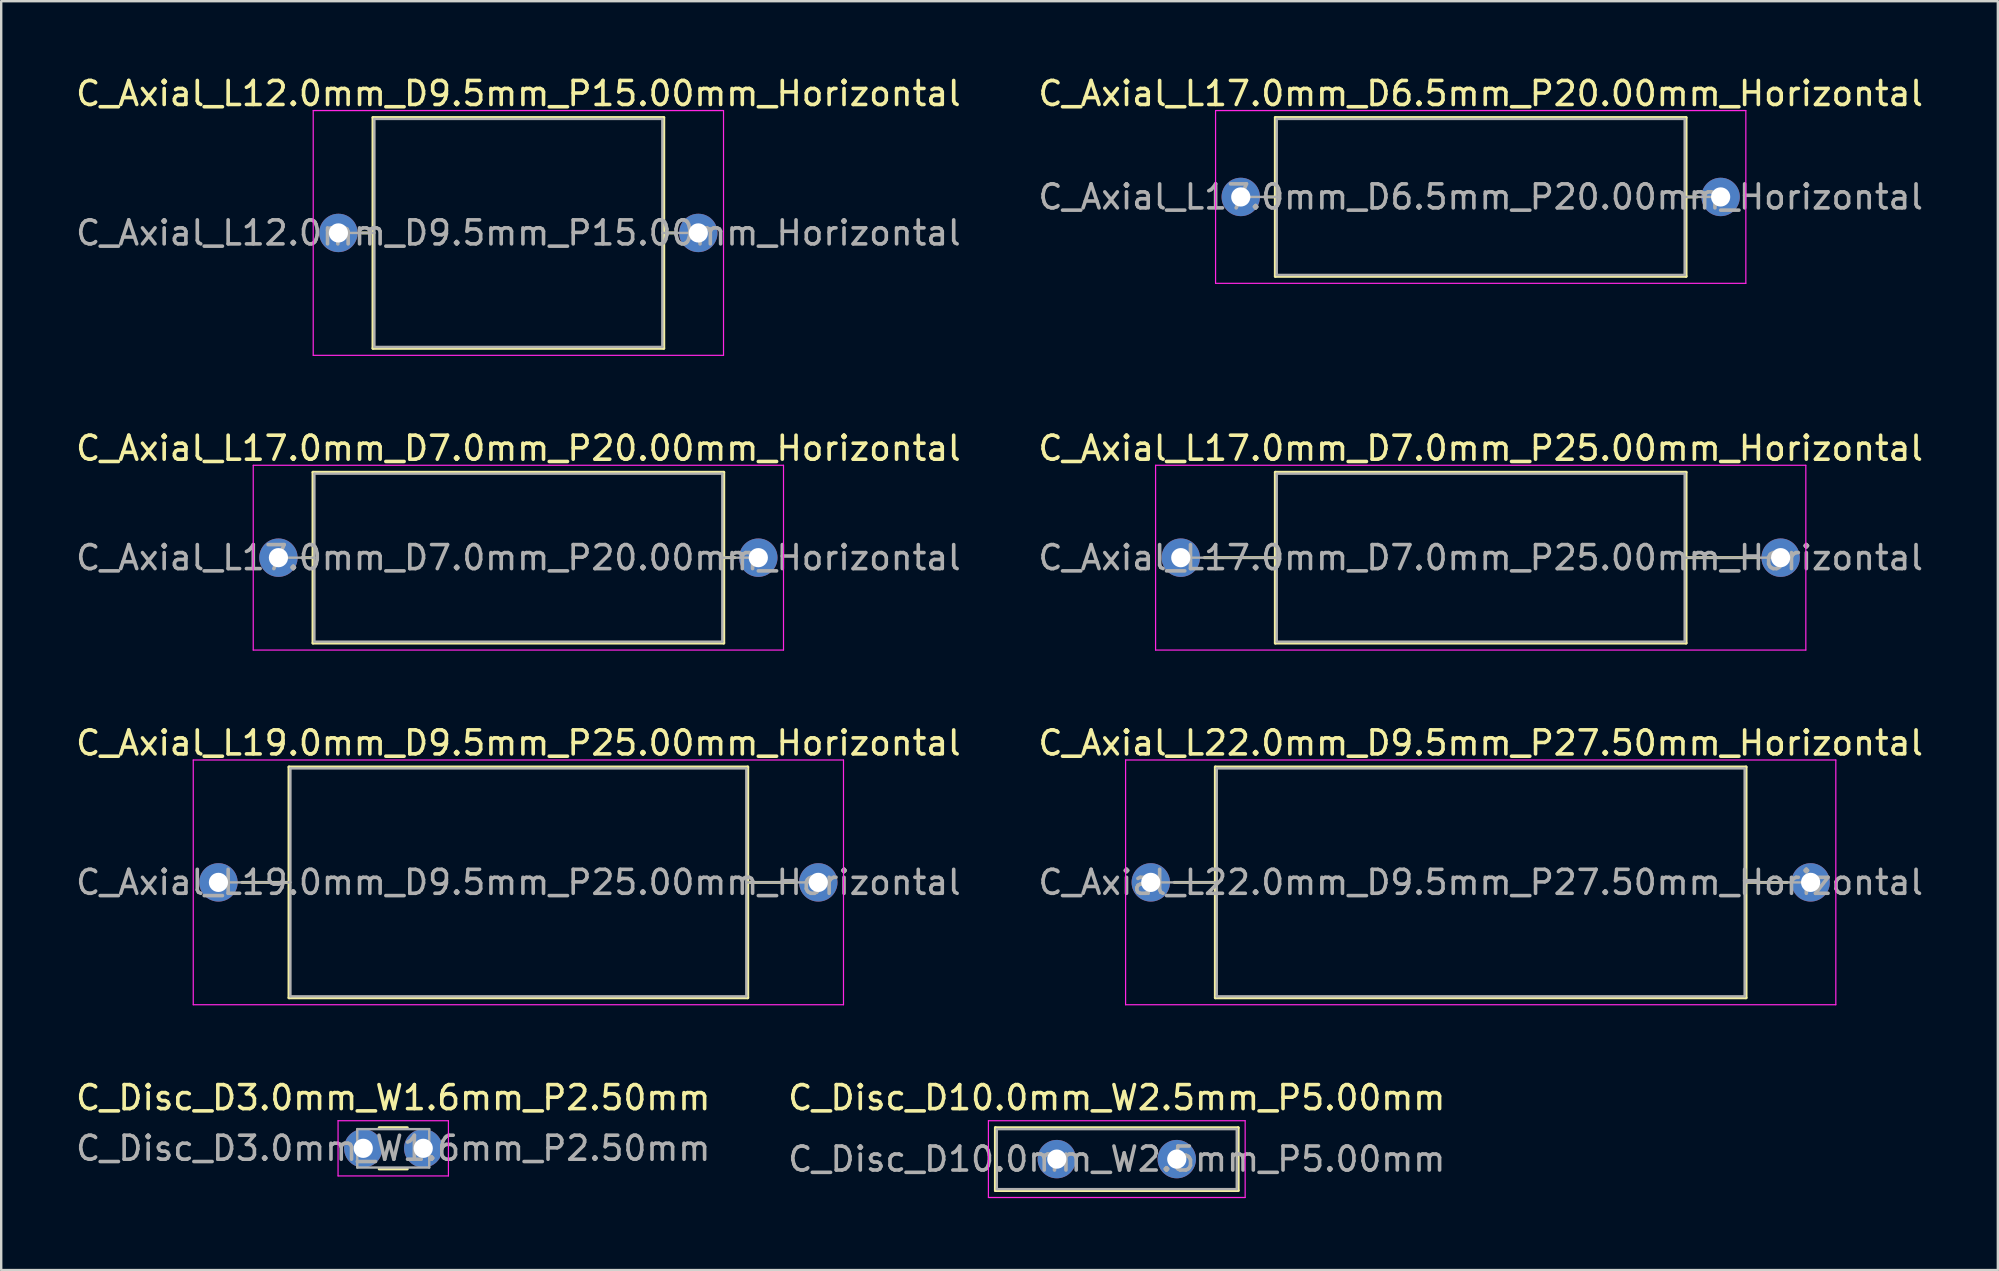
<source format=kicad_pcb>
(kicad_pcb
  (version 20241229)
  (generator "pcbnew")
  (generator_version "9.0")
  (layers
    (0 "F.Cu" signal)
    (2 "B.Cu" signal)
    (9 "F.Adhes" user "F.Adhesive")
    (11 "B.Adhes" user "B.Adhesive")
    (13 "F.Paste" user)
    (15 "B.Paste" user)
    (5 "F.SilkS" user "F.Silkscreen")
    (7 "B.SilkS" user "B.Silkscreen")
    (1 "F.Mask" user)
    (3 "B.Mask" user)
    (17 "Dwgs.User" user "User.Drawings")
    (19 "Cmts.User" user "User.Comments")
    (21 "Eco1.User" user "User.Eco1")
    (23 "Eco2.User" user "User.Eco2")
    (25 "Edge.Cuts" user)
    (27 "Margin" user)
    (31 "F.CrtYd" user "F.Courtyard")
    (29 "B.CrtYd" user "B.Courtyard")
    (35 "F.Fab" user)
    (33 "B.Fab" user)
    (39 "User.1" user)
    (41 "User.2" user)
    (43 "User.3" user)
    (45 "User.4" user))
  (footprint "C_Axial_L17.0mm_D6.5mm_P20.00mm_Horizontal"
    (layer "F.Cu")
    (at 48.661 5.158)
    (property "Reference" "C_Axial_L17.0mm_D6.5mm_P20.00mm_Horizontal" (at 10 -4.31 0) (layer "F.SilkS") (effects (font (size 1 1) (thickness 0.15))))
    (attr through_hole)
    (fp_line (start 0.98 0) (end 1.44 0) (stroke (width 0.12) (type solid)) (layer "F.SilkS"))
    (fp_line (start 1.44 -3.31) (end 1.44 3.31) (stroke (width 0.12) (type solid)) (layer "F.SilkS"))
    (fp_line (start 1.44 3.31) (end 18.56 3.31) (stroke (width 0.12) (type solid)) (layer "F.SilkS"))
    (fp_line (start 18.56 -3.31) (end 1.44 -3.31) (stroke (width 0.12) (type solid)) (layer "F.SilkS"))
    (fp_line (start 18.56 3.31) (end 18.56 -3.31) (stroke (width 0.12) (type solid)) (layer "F.SilkS"))
    (fp_line (start 19.02 0) (end 18.56 0) (stroke (width 0.12) (type solid)) (layer "F.SilkS"))
    (fp_line (start -1.05 -3.6) (end -1.05 3.6) (stroke (width 0.05) (type solid)) (layer "F.CrtYd"))
    (fp_line (start -1.05 3.6) (end 21.05 3.6) (stroke (width 0.05) (type solid)) (layer "F.CrtYd"))
    (fp_line (start 21.05 -3.6) (end -1.05 -3.6) (stroke (width 0.05) (type solid)) (layer "F.CrtYd"))
    (fp_line (start 21.05 3.6) (end 21.05 -3.6) (stroke (width 0.05) (type solid)) (layer "F.CrtYd"))
    (fp_line (start 0 0) (end 1.5 0) (stroke (width 0.1) (type solid)) (layer "F.Fab"))
    (fp_line (start 1.5 -3.25) (end 1.5 3.25) (stroke (width 0.1) (type solid)) (layer "F.Fab"))
    (fp_line (start 1.5 3.25) (end 18.5 3.25) (stroke (width 0.1) (type solid)) (layer "F.Fab"))
    (fp_line (start 18.5 -3.25) (end 1.5 -3.25) (stroke (width 0.1) (type solid)) (layer "F.Fab"))
    (fp_line (start 18.5 3.25) (end 18.5 -3.25) (stroke (width 0.1) (type solid)) (layer "F.Fab"))
    (fp_line (start 20 0) (end 18.5 0) (stroke (width 0.1) (type solid)) (layer "F.Fab"))
    (fp_text user "${REFERENCE}" (at 10 0 0) (layer "F.Fab") (effects (font (size 1 1) (thickness 0.15))))
    (pad "1" thru_hole circle (at 0 0) (size 1.6 1.6) (drill 0.8) (layers "*.Cu" "*.Mask"))
    (pad "2" thru_hole oval (at 20 0) (size 1.6 1.6) (drill 0.8) (layers "*.Cu" "*.Mask")))
  (footprint "C_Axial_L19.0mm_D9.5mm_P25.00mm_Horizontal"
    (layer "F.Cu")
    (at 6.054 33.725)
    (property "Reference" "C_Axial_L19.0mm_D9.5mm_P25.00mm_Horizontal" (at 12.5 -5.81 0) (layer "F.SilkS") (effects (font (size 1 1) (thickness 0.15))))
    (attr through_hole)
    (fp_line (start 0.98 0) (end 2.94 0) (stroke (width 0.12) (type solid)) (layer "F.SilkS"))
    (fp_line (start 2.94 -4.81) (end 2.94 4.81) (stroke (width 0.12) (type solid)) (layer "F.SilkS"))
    (fp_line (start 2.94 4.81) (end 22.06 4.81) (stroke (width 0.12) (type solid)) (layer "F.SilkS"))
    (fp_line (start 22.06 -4.81) (end 2.94 -4.81) (stroke (width 0.12) (type solid)) (layer "F.SilkS"))
    (fp_line (start 22.06 4.81) (end 22.06 -4.81) (stroke (width 0.12) (type solid)) (layer "F.SilkS"))
    (fp_line (start 24.02 0) (end 22.06 0) (stroke (width 0.12) (type solid)) (layer "F.SilkS"))
    (fp_line (start -1.05 -5.1) (end -1.05 5.1) (stroke (width 0.05) (type solid)) (layer "F.CrtYd"))
    (fp_line (start -1.05 5.1) (end 26.05 5.1) (stroke (width 0.05) (type solid)) (layer "F.CrtYd"))
    (fp_line (start 26.05 -5.1) (end -1.05 -5.1) (stroke (width 0.05) (type solid)) (layer "F.CrtYd"))
    (fp_line (start 26.05 5.1) (end 26.05 -5.1) (stroke (width 0.05) (type solid)) (layer "F.CrtYd"))
    (fp_line (start 0 0) (end 3 0) (stroke (width 0.1) (type solid)) (layer "F.Fab"))
    (fp_line (start 3 -4.75) (end 3 4.75) (stroke (width 0.1) (type solid)) (layer "F.Fab"))
    (fp_line (start 3 4.75) (end 22 4.75) (stroke (width 0.1) (type solid)) (layer "F.Fab"))
    (fp_line (start 22 -4.75) (end 3 -4.75) (stroke (width 0.1) (type solid)) (layer "F.Fab"))
    (fp_line (start 22 4.75) (end 22 -4.75) (stroke (width 0.1) (type solid)) (layer "F.Fab"))
    (fp_line (start 25 0) (end 22 0) (stroke (width 0.1) (type solid)) (layer "F.Fab"))
    (fp_text user "${REFERENCE}" (at 12.5 0 0) (layer "F.Fab") (effects (font (size 1 1) (thickness 0.15))))
    (pad "1" thru_hole circle (at 0 0) (size 1.6 1.6) (drill 0.8) (layers "*.Cu" "*.Mask"))
    (pad "2" thru_hole oval (at 25 0) (size 1.6 1.6) (drill 0.8) (layers "*.Cu" "*.Mask")))
  (footprint "C_Disc_D3.0mm_W1.6mm_P2.50mm"
    (layer "F.Cu")
    (at 12.089 44.808)
    (property "Reference" "C_Disc_D3.0mm_W1.6mm_P2.50mm" (at 1.25 -2.11 0) (layer "F.SilkS") (effects (font (size 1 1) (thickness 0.15))))
    (attr through_hole)
    (fp_line (start 0.663 -0.861) (end 1.837 -0.861) (stroke (width 0.12) (type solid)) (layer "F.SilkS"))
    (fp_line (start 0.663 0.861) (end 1.837 0.861) (stroke (width 0.12) (type solid)) (layer "F.SilkS"))
    (fp_line (start -1.05 -1.15) (end -1.05 1.15) (stroke (width 0.05) (type solid)) (layer "F.CrtYd"))
    (fp_line (start -1.05 1.15) (end 3.55 1.15) (stroke (width 0.05) (type solid)) (layer "F.CrtYd"))
    (fp_line (start 3.55 -1.15) (end -1.05 -1.15) (stroke (width 0.05) (type solid)) (layer "F.CrtYd"))
    (fp_line (start 3.55 1.15) (end 3.55 -1.15) (stroke (width 0.05) (type solid)) (layer "F.CrtYd"))
    (fp_line (start -0.25 -0.8) (end -0.25 0.8) (stroke (width 0.1) (type solid)) (layer "F.Fab"))
    (fp_line (start -0.25 0.8) (end 2.75 0.8) (stroke (width 0.1) (type solid)) (layer "F.Fab"))
    (fp_line (start 2.75 -0.8) (end -0.25 -0.8) (stroke (width 0.1) (type solid)) (layer "F.Fab"))
    (fp_line (start 2.75 0.8) (end 2.75 -0.8) (stroke (width 0.1) (type solid)) (layer "F.Fab"))
    (fp_text user "${REFERENCE}" (at 1.25 0 0) (layer "F.Fab") (effects (font (size 1 1) (thickness 0.15))))
    (pad "1" thru_hole circle (at 0 0) (size 1.6 1.6) (drill 0.8) (layers "*.Cu" "*.Mask"))
    (pad "2" thru_hole circle (at 2.5 0) (size 1.6 1.6) (drill 0.8) (layers "*.Cu" "*.Mask")))
  (footprint "C_Axial_L17.0mm_D7.0mm_P25.00mm_Horizontal"
    (layer "F.Cu")
    (at 46.161 20.192)
    (property "Reference" "C_Axial_L17.0mm_D7.0mm_P25.00mm_Horizontal" (at 12.5 -4.56 0) (layer "F.SilkS") (effects (font (size 1 1) (thickness 0.15))))
    (attr through_hole)
    (fp_line (start 0.98 0) (end 3.94 0) (stroke (width 0.12) (type solid)) (layer "F.SilkS"))
    (fp_line (start 3.94 -3.56) (end 3.94 3.56) (stroke (width 0.12) (type solid)) (layer "F.SilkS"))
    (fp_line (start 3.94 3.56) (end 21.06 3.56) (stroke (width 0.12) (type solid)) (layer "F.SilkS"))
    (fp_line (start 21.06 -3.56) (end 3.94 -3.56) (stroke (width 0.12) (type solid)) (layer "F.SilkS"))
    (fp_line (start 21.06 3.56) (end 21.06 -3.56) (stroke (width 0.12) (type solid)) (layer "F.SilkS"))
    (fp_line (start 24.02 0) (end 21.06 0) (stroke (width 0.12) (type solid)) (layer "F.SilkS"))
    (fp_line (start -1.05 -3.85) (end -1.05 3.85) (stroke (width 0.05) (type solid)) (layer "F.CrtYd"))
    (fp_line (start -1.05 3.85) (end 26.05 3.85) (stroke (width 0.05) (type solid)) (layer "F.CrtYd"))
    (fp_line (start 26.05 -3.85) (end -1.05 -3.85) (stroke (width 0.05) (type solid)) (layer "F.CrtYd"))
    (fp_line (start 26.05 3.85) (end 26.05 -3.85) (stroke (width 0.05) (type solid)) (layer "F.CrtYd"))
    (fp_line (start 0 0) (end 4 0) (stroke (width 0.1) (type solid)) (layer "F.Fab"))
    (fp_line (start 4 -3.5) (end 4 3.5) (stroke (width 0.1) (type solid)) (layer "F.Fab"))
    (fp_line (start 4 3.5) (end 21 3.5) (stroke (width 0.1) (type solid)) (layer "F.Fab"))
    (fp_line (start 21 -3.5) (end 4 -3.5) (stroke (width 0.1) (type solid)) (layer "F.Fab"))
    (fp_line (start 21 3.5) (end 21 -3.5) (stroke (width 0.1) (type solid)) (layer "F.Fab"))
    (fp_line (start 25 0) (end 21 0) (stroke (width 0.1) (type solid)) (layer "F.Fab"))
    (fp_text user "${REFERENCE}" (at 12.5 0 0) (layer "F.Fab") (effects (font (size 1 1) (thickness 0.15))))
    (pad "1" thru_hole circle (at 0 0) (size 1.6 1.6) (drill 0.8) (layers "*.Cu" "*.Mask"))
    (pad "2" thru_hole oval (at 25 0) (size 1.6 1.6) (drill 0.8) (layers "*.Cu" "*.Mask")))
  (footprint "C_Axial_L17.0mm_D7.0mm_P20.00mm_Horizontal"
    (layer "F.Cu")
    (at 8.554 20.192)
    (property "Reference" "C_Axial_L17.0mm_D7.0mm_P20.00mm_Horizontal" (at 10 -4.56 0) (layer "F.SilkS") (effects (font (size 1 1) (thickness 0.15))))
    (attr through_hole)
    (fp_line (start 0.98 0) (end 1.44 0) (stroke (width 0.12) (type solid)) (layer "F.SilkS"))
    (fp_line (start 1.44 -3.56) (end 1.44 3.56) (stroke (width 0.12) (type solid)) (layer "F.SilkS"))
    (fp_line (start 1.44 3.56) (end 18.56 3.56) (stroke (width 0.12) (type solid)) (layer "F.SilkS"))
    (fp_line (start 18.56 -3.56) (end 1.44 -3.56) (stroke (width 0.12) (type solid)) (layer "F.SilkS"))
    (fp_line (start 18.56 3.56) (end 18.56 -3.56) (stroke (width 0.12) (type solid)) (layer "F.SilkS"))
    (fp_line (start 19.02 0) (end 18.56 0) (stroke (width 0.12) (type solid)) (layer "F.SilkS"))
    (fp_line (start -1.05 -3.85) (end -1.05 3.85) (stroke (width 0.05) (type solid)) (layer "F.CrtYd"))
    (fp_line (start -1.05 3.85) (end 21.05 3.85) (stroke (width 0.05) (type solid)) (layer "F.CrtYd"))
    (fp_line (start 21.05 -3.85) (end -1.05 -3.85) (stroke (width 0.05) (type solid)) (layer "F.CrtYd"))
    (fp_line (start 21.05 3.85) (end 21.05 -3.85) (stroke (width 0.05) (type solid)) (layer "F.CrtYd"))
    (fp_line (start 0 0) (end 1.5 0) (stroke (width 0.1) (type solid)) (layer "F.Fab"))
    (fp_line (start 1.5 -3.5) (end 1.5 3.5) (stroke (width 0.1) (type solid)) (layer "F.Fab"))
    (fp_line (start 1.5 3.5) (end 18.5 3.5) (stroke (width 0.1) (type solid)) (layer "F.Fab"))
    (fp_line (start 18.5 -3.5) (end 1.5 -3.5) (stroke (width 0.1) (type solid)) (layer "F.Fab"))
    (fp_line (start 18.5 3.5) (end 18.5 -3.5) (stroke (width 0.1) (type solid)) (layer "F.Fab"))
    (fp_line (start 20 0) (end 18.5 0) (stroke (width 0.1) (type solid)) (layer "F.Fab"))
    (fp_text user "${REFERENCE}" (at 10 0 0) (layer "F.Fab") (effects (font (size 1 1) (thickness 0.15))))
    (pad "1" thru_hole circle (at 0 0) (size 1.6 1.6) (drill 0.8) (layers "*.Cu" "*.Mask"))
    (pad "2" thru_hole oval (at 20 0) (size 1.6 1.6) (drill 0.8) (layers "*.Cu" "*.Mask")))
  (footprint "C_Axial_L22.0mm_D9.5mm_P27.50mm_Horizontal"
    (layer "F.Cu")
    (at 44.911 33.725)
    (property "Reference" "C_Axial_L22.0mm_D9.5mm_P27.50mm_Horizontal" (at 13.75 -5.81 0) (layer "F.SilkS") (effects (font (size 1 1) (thickness 0.15))))
    (attr through_hole)
    (fp_line (start 0.98 0) (end 2.69 0) (stroke (width 0.12) (type solid)) (layer "F.SilkS"))
    (fp_line (start 2.69 -4.81) (end 2.69 4.81) (stroke (width 0.12) (type solid)) (layer "F.SilkS"))
    (fp_line (start 2.69 4.81) (end 24.81 4.81) (stroke (width 0.12) (type solid)) (layer "F.SilkS"))
    (fp_line (start 24.81 -4.81) (end 2.69 -4.81) (stroke (width 0.12) (type solid)) (layer "F.SilkS"))
    (fp_line (start 24.81 4.81) (end 24.81 -4.81) (stroke (width 0.12) (type solid)) (layer "F.SilkS"))
    (fp_line (start 26.52 0) (end 24.81 0) (stroke (width 0.12) (type solid)) (layer "F.SilkS"))
    (fp_line (start -1.05 -5.1) (end -1.05 5.1) (stroke (width 0.05) (type solid)) (layer "F.CrtYd"))
    (fp_line (start -1.05 5.1) (end 28.55 5.1) (stroke (width 0.05) (type solid)) (layer "F.CrtYd"))
    (fp_line (start 28.55 -5.1) (end -1.05 -5.1) (stroke (width 0.05) (type solid)) (layer "F.CrtYd"))
    (fp_line (start 28.55 5.1) (end 28.55 -5.1) (stroke (width 0.05) (type solid)) (layer "F.CrtYd"))
    (fp_line (start 0 0) (end 2.75 0) (stroke (width 0.1) (type solid)) (layer "F.Fab"))
    (fp_line (start 2.75 -4.75) (end 2.75 4.75) (stroke (width 0.1) (type solid)) (layer "F.Fab"))
    (fp_line (start 2.75 4.75) (end 24.75 4.75) (stroke (width 0.1) (type solid)) (layer "F.Fab"))
    (fp_line (start 24.75 -4.75) (end 2.75 -4.75) (stroke (width 0.1) (type solid)) (layer "F.Fab"))
    (fp_line (start 24.75 4.75) (end 24.75 -4.75) (stroke (width 0.1) (type solid)) (layer "F.Fab"))
    (fp_line (start 27.5 0) (end 24.75 0) (stroke (width 0.1) (type solid)) (layer "F.Fab"))
    (fp_text user "${REFERENCE}" (at 13.75 0 0) (layer "F.Fab") (effects (font (size 1 1) (thickness 0.15))))
    (pad "1" thru_hole circle (at 0 0) (size 1.6 1.6) (drill 0.8) (layers "*.Cu" "*.Mask"))
    (pad "2" thru_hole oval (at 27.5 0) (size 1.6 1.6) (drill 0.8) (layers "*.Cu" "*.Mask")))
  (footprint "C_Axial_L12.0mm_D9.5mm_P15.00mm_Horizontal"
    (layer "F.Cu")
    (at 11.054 6.658)
    (property "Reference" "C_Axial_L12.0mm_D9.5mm_P15.00mm_Horizontal" (at 7.5 -5.81 0) (layer "F.SilkS") (effects (font (size 1 1) (thickness 0.15))))
    (attr through_hole)
    (fp_line (start 0.98 0) (end 1.44 0) (stroke (width 0.12) (type solid)) (layer "F.SilkS"))
    (fp_line (start 1.44 -4.81) (end 1.44 4.81) (stroke (width 0.12) (type solid)) (layer "F.SilkS"))
    (fp_line (start 1.44 4.81) (end 13.56 4.81) (stroke (width 0.12) (type solid)) (layer "F.SilkS"))
    (fp_line (start 13.56 -4.81) (end 1.44 -4.81) (stroke (width 0.12) (type solid)) (layer "F.SilkS"))
    (fp_line (start 13.56 4.81) (end 13.56 -4.81) (stroke (width 0.12) (type solid)) (layer "F.SilkS"))
    (fp_line (start 14.02 0) (end 13.56 0) (stroke (width 0.12) (type solid)) (layer "F.SilkS"))
    (fp_line (start -1.05 -5.1) (end -1.05 5.1) (stroke (width 0.05) (type solid)) (layer "F.CrtYd"))
    (fp_line (start -1.05 5.1) (end 16.05 5.1) (stroke (width 0.05) (type solid)) (layer "F.CrtYd"))
    (fp_line (start 16.05 -5.1) (end -1.05 -5.1) (stroke (width 0.05) (type solid)) (layer "F.CrtYd"))
    (fp_line (start 16.05 5.1) (end 16.05 -5.1) (stroke (width 0.05) (type solid)) (layer "F.CrtYd"))
    (fp_line (start 0 0) (end 1.5 0) (stroke (width 0.1) (type solid)) (layer "F.Fab"))
    (fp_line (start 1.5 -4.75) (end 1.5 4.75) (stroke (width 0.1) (type solid)) (layer "F.Fab"))
    (fp_line (start 1.5 4.75) (end 13.5 4.75) (stroke (width 0.1) (type solid)) (layer "F.Fab"))
    (fp_line (start 13.5 -4.75) (end 1.5 -4.75) (stroke (width 0.1) (type solid)) (layer "F.Fab"))
    (fp_line (start 13.5 4.75) (end 13.5 -4.75) (stroke (width 0.1) (type solid)) (layer "F.Fab"))
    (fp_line (start 15 0) (end 13.5 0) (stroke (width 0.1) (type solid)) (layer "F.Fab"))
    (fp_text user "${REFERENCE}" (at 7.5 0 0) (layer "F.Fab") (effects (font (size 1 1) (thickness 0.15))))
    (pad "1" thru_hole circle (at 0 0) (size 1.6 1.6) (drill 0.8) (layers "*.Cu" "*.Mask"))
    (pad "2" thru_hole oval (at 15 0) (size 1.6 1.6) (drill 0.8) (layers "*.Cu" "*.Mask")))
  (footprint "C_Disc_D10.0mm_W2.5mm_P5.00mm"
    (layer "F.Cu")
    (at 40.994 45.258)
    (property "Reference" "C_Disc_D10.0mm_W2.5mm_P5.00mm" (at 2.5 -2.56 0) (layer "F.SilkS") (effects (font (size 1 1) (thickness 0.15))))
    (attr through_hole)
    (fp_line (start -2.56 -1.31) (end -2.56 1.31) (stroke (width 0.12) (type solid)) (layer "F.SilkS"))
    (fp_line (start -2.56 -1.31) (end 7.56 -1.31) (stroke (width 0.12) (type solid)) (layer "F.SilkS"))
    (fp_line (start -2.56 1.31) (end 7.56 1.31) (stroke (width 0.12) (type solid)) (layer "F.SilkS"))
    (fp_line (start 7.56 -1.31) (end 7.56 1.31) (stroke (width 0.12) (type solid)) (layer "F.SilkS"))
    (fp_line (start -2.85 -1.6) (end -2.85 1.6) (stroke (width 0.05) (type solid)) (layer "F.CrtYd"))
    (fp_line (start -2.85 1.6) (end 7.85 1.6) (stroke (width 0.05) (type solid)) (layer "F.CrtYd"))
    (fp_line (start 7.85 -1.6) (end -2.85 -1.6) (stroke (width 0.05) (type solid)) (layer "F.CrtYd"))
    (fp_line (start 7.85 1.6) (end 7.85 -1.6) (stroke (width 0.05) (type solid)) (layer "F.CrtYd"))
    (fp_line (start -2.5 -1.25) (end -2.5 1.25) (stroke (width 0.1) (type solid)) (layer "F.Fab"))
    (fp_line (start -2.5 1.25) (end 7.5 1.25) (stroke (width 0.1) (type solid)) (layer "F.Fab"))
    (fp_line (start 7.5 -1.25) (end -2.5 -1.25) (stroke (width 0.1) (type solid)) (layer "F.Fab"))
    (fp_line (start 7.5 1.25) (end 7.5 -1.25) (stroke (width 0.1) (type solid)) (layer "F.Fab"))
    (fp_text user "${REFERENCE}" (at 2.5 0 0) (layer "F.Fab") (effects (font (size 1 1) (thickness 0.15))))
    (pad "1" thru_hole circle (at 0 0) (size 1.6 1.6) (drill 0.8) (layers "*.Cu" "*.Mask"))
    (pad "2" thru_hole circle (at 5 0) (size 1.6 1.6) (drill 0.8) (layers "*.Cu" "*.Mask")))
  (gr_rect
    (start -3 -3)
    (end 80.214 49.883)
    (stroke (width 0.1) (type default))
    (fill no)
    (layer "Edge.Cuts")))
</source>
